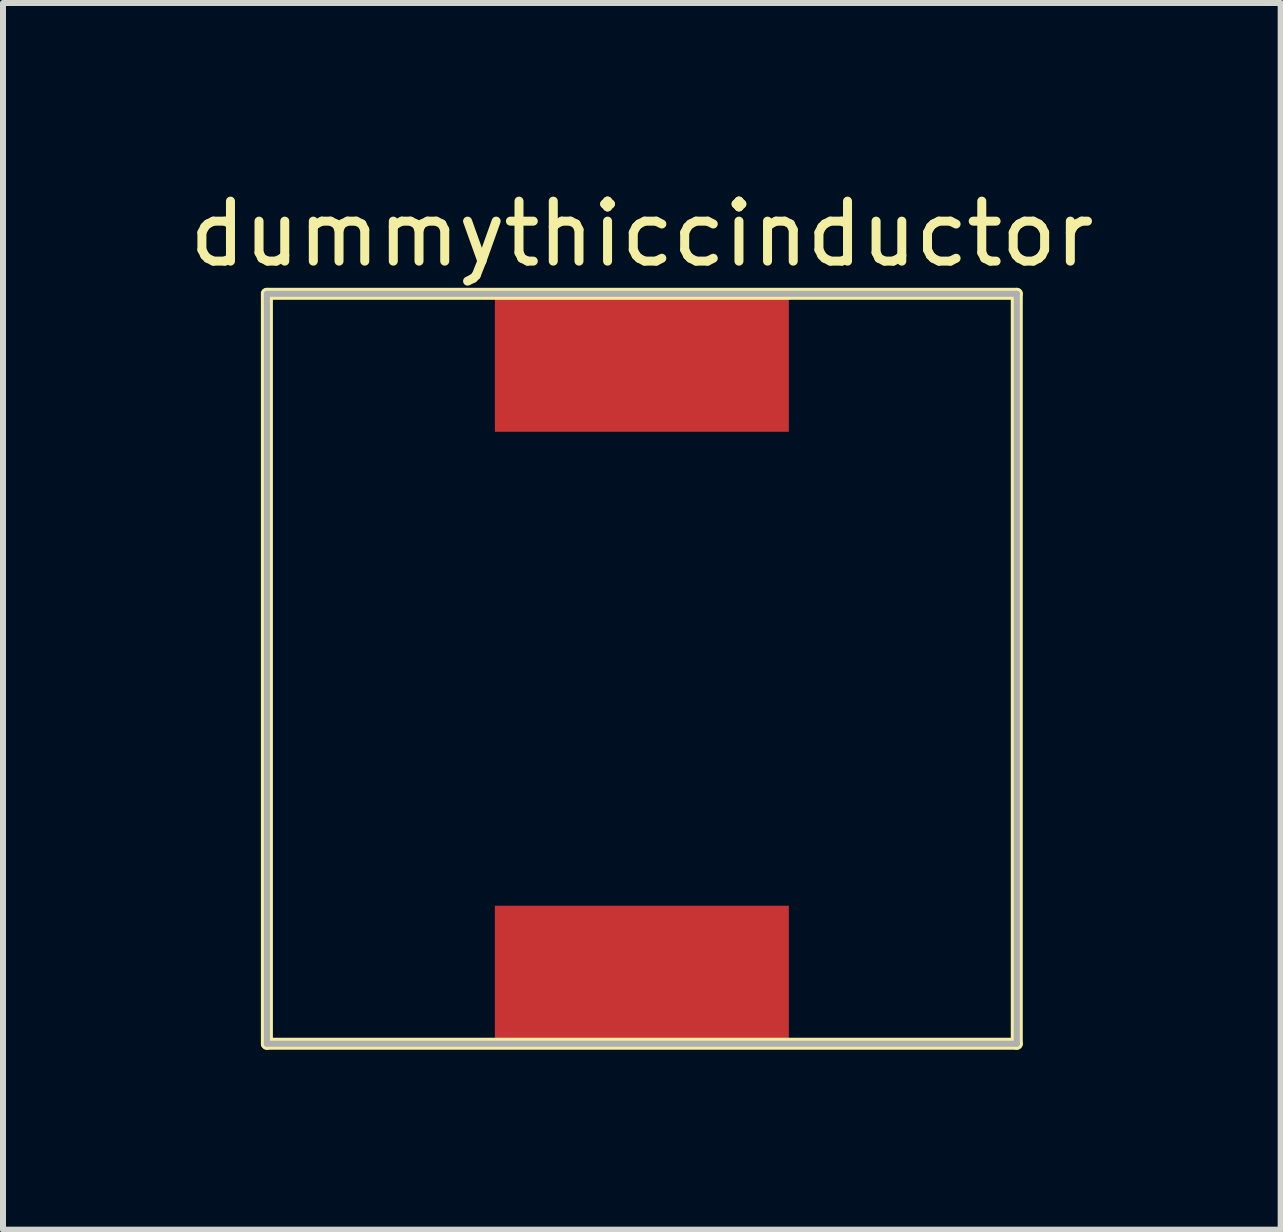
<source format=kicad_pcb>
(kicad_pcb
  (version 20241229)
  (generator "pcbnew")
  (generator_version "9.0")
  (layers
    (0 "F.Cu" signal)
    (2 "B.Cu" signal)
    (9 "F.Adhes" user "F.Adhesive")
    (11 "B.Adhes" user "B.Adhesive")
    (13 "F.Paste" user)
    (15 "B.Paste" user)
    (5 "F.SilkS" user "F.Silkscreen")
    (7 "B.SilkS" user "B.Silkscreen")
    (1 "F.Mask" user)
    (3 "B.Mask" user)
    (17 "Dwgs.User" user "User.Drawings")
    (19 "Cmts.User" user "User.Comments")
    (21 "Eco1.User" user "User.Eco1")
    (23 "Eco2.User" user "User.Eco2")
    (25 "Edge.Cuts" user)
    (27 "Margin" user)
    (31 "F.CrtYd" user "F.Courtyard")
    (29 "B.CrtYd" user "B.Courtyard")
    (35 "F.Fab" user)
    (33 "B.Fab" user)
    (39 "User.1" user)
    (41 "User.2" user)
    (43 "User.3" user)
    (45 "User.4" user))
  (footprint "dummythiccinductor"
    (layer "F.Cu")
    (at 7.649 8.098)
    (property "Reference" "dummythiccinductor" (at 0 -7.25 0) (layer "F.SilkS") (effects (font (size 1 1) (thickness 0.15))))
    (attr through_hole)
    (fp_line (start -6.25 -6.25) (end -6.25 6.25) (stroke (width 0.2) (type solid)) (layer "F.SilkS"))
    (fp_line (start -6.25 6.25) (end 6.25 6.25) (stroke (width 0.2) (type solid)) (layer "F.SilkS"))
    (fp_line (start 6.25 -6.25) (end -6.25 -6.25) (stroke (width 0.2) (type solid)) (layer "F.SilkS"))
    (fp_line (start 6.25 6.25) (end 6.25 -6.25) (stroke (width 0.2) (type solid)) (layer "F.SilkS"))
    (fp_line (start -6.25 -6.25) (end -6.25 6.25) (stroke (width 0.1) (type solid)) (layer "F.Fab"))
    (fp_line (start -6.25 -6.25) (end 6.25 -6.25) (stroke (width 0.1) (type solid)) (layer "F.Fab"))
    (fp_line (start 6.25 6.25) (end -6.25 6.25) (stroke (width 0.1) (type solid)) (layer "F.Fab"))
    (fp_line (start 6.25 6.25) (end 6.25 -6.25) (stroke (width 0.1) (type solid)) (layer "F.Fab"))
    (pad "1" smd rect (at 0 -5.1) (size 4.9 2.3) (layers "F.Cu" "F.Mask" "F.Paste"))
    (pad "2" smd rect (at 0 5.1) (size 4.9 2.3) (layers "F.Cu" "F.Mask" "F.Paste")))
  (gr_rect
    (start -3 -3)
    (end 18.298 17.448)
    (stroke (width 0.1) (type default))
    (fill no)
    (layer "Edge.Cuts")))
</source>
